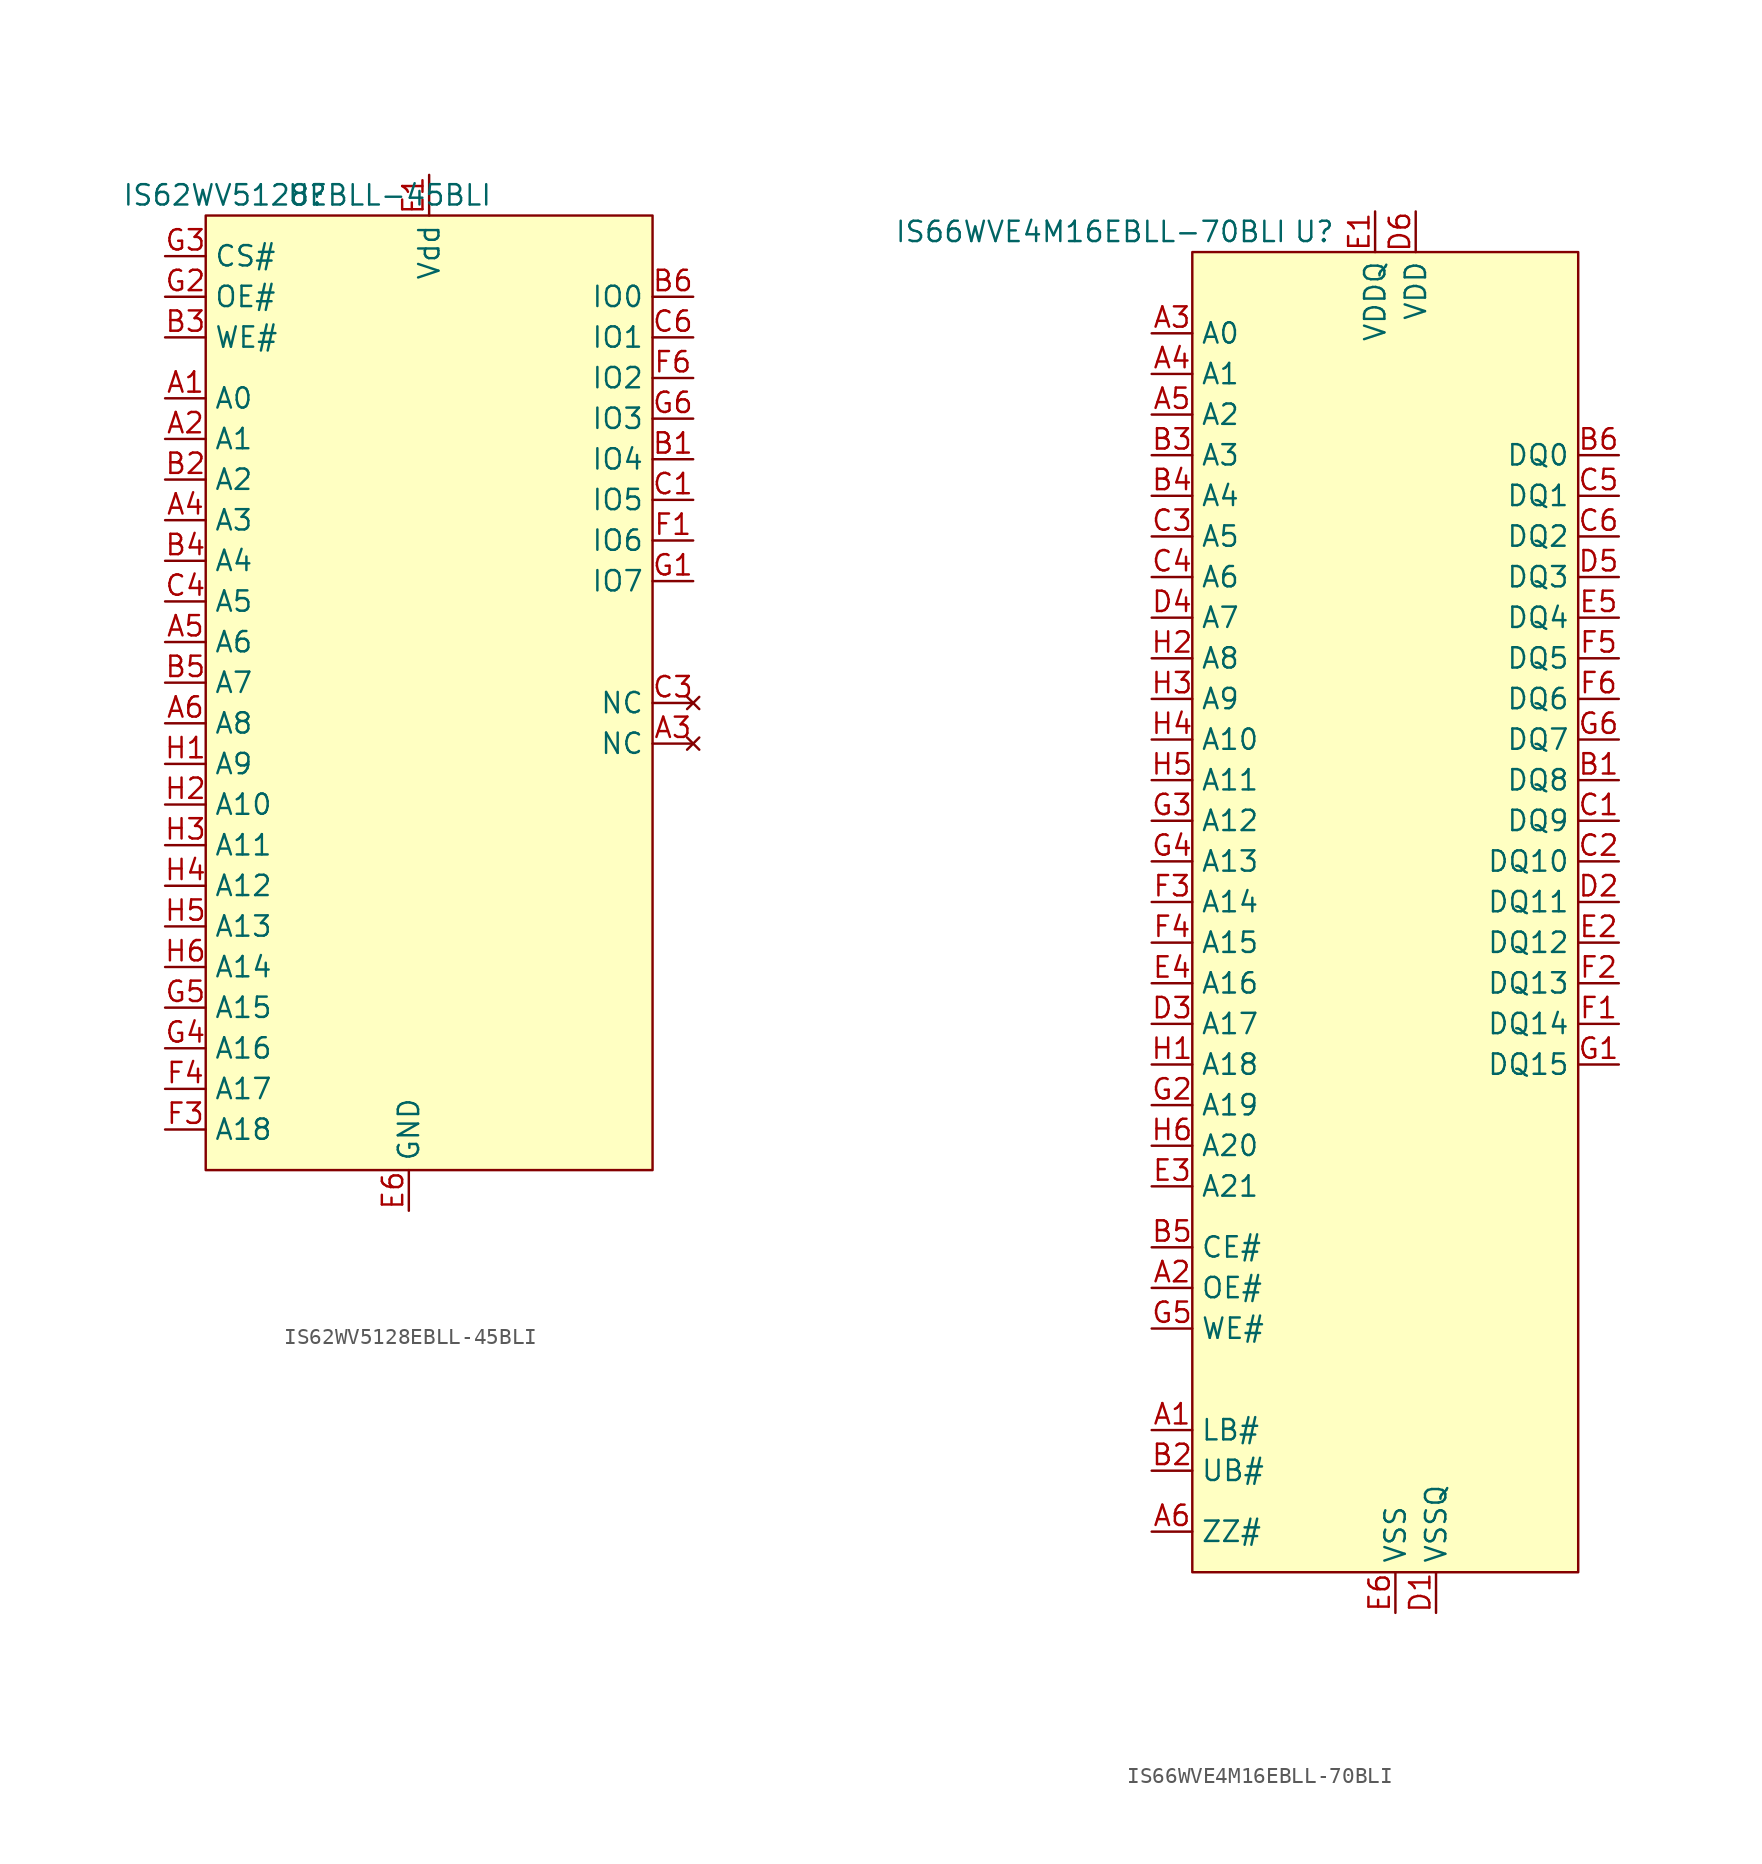
<source format=kicad_sym>
(kicad_symbol_lib
  (version 20220914)
  (generator kicad_symbol_editor)
  (symbol "IS62WV5128EBLL-45BLI"
    (property "Reference" "U"
      (at 0 0 0)
      (effects (font (size 1.27 1.27))))
    (property "Value" "IS62WV5128EBLL-45BLI"
      (at 0 0 0)
      (effects (font (size 1.27 1.27))))
    (symbol "IS62WV5128EBLL-45BLI_1_0"
      (pin no_connect line (at 24.13 -34.29 180) (length 2.54) (name "NC" (effects (font (size 1.27 1.27)))) (number "A3" (effects (font (size 1.27 1.27)))))
      (pin no_connect line (at 24.13 -31.75 180) (length 2.54) (name "NC" (effects (font (size 1.27 1.27)))) (number "C3" (effects (font (size 1.27 1.27))))))
    (symbol "IS62WV5128EBLL-45BLI_1_1"
      (rectangle (start -6.35 -1.27) (end 21.59 -60.96) (stroke (width 0) (type default)) (fill (type background)))
      (pin input line (at -8.89 -12.7 0) (length 2.54) (name "A0" (effects (font (size 1.27 1.27)))) (number "A1" (effects (font (size 1.27 1.27)))))
      (pin input line (at -8.89 -15.24 0) (length 2.54) (name "A1" (effects (font (size 1.27 1.27)))) (number "A2" (effects (font (size 1.27 1.27)))))
      (pin input line (at -8.89 -20.32 0) (length 2.54) (name "A3" (effects (font (size 1.27 1.27)))) (number "A4" (effects (font (size 1.27 1.27)))))
      (pin input line (at -8.89 -27.94 0) (length 2.54) (name "A6" (effects (font (size 1.27 1.27)))) (number "A5" (effects (font (size 1.27 1.27)))))
      (pin input line (at -8.89 -33.02 0) (length 2.54) (name "A8" (effects (font (size 1.27 1.27)))) (number "A6" (effects (font (size 1.27 1.27)))))
      (pin bidirectional line (at 24.13 -16.51 180) (length 2.54) (name "IO4" (effects (font (size 1.27 1.27)))) (number "B1" (effects (font (size 1.27 1.27)))))
      (pin input line (at -8.89 -17.78 0) (length 2.54) (name "A2" (effects (font (size 1.27 1.27)))) (number "B2" (effects (font (size 1.27 1.27)))))
      (pin input line (at -8.89 -8.89 0) (length 2.54) (name "WE#" (effects (font (size 1.27 1.27)))) (number "B3" (effects (font (size 1.27 1.27)))))
      (pin input line (at -8.89 -22.86 0) (length 2.54) (name "A4" (effects (font (size 1.27 1.27)))) (number "B4" (effects (font (size 1.27 1.27)))))
      (pin input line (at -8.89 -30.48 0) (length 2.54) (name "A7" (effects (font (size 1.27 1.27)))) (number "B5" (effects (font (size 1.27 1.27)))))
      (pin bidirectional line (at 24.13 -6.35 180) (length 2.54) (name "IO0" (effects (font (size 1.27 1.27)))) (number "B6" (effects (font (size 1.27 1.27)))))
      (pin bidirectional line (at 24.13 -19.05 180) (length 2.54) (name "IO5" (effects (font (size 1.27 1.27)))) (number "C1" (effects (font (size 1.27 1.27)))))
      (pin input line (at -8.89 -25.4 0) (length 2.54) (name "A5" (effects (font (size 1.27 1.27)))) (number "C4" (effects (font (size 1.27 1.27)))))
      (pin bidirectional line (at 24.13 -8.89 180) (length 2.54) (name "IO1" (effects (font (size 1.27 1.27)))) (number "C6" (effects (font (size 1.27 1.27)))))
      (pin passive line (at 6.35 -63.5 90) (length 2.54) hide (name "GND" (effects (font (size 1.27 1.27)))) (number "D1" (effects (font (size 1.27 1.27)))))
      (pin passive line (at 7.62 1.27 270) (length 2.54) hide (name "Vdd" (effects (font (size 1.27 1.27)))) (number "D6" (effects (font (size 1.27 1.27)))))
      (pin power_in line (at 7.62 1.27 270) (length 2.54) (name "Vdd" (effects (font (size 1.27 1.27)))) (number "E1" (effects (font (size 1.27 1.27)))))
      (pin power_in line (at 6.35 -63.5 90) (length 2.54) (name "GND" (effects (font (size 1.27 1.27)))) (number "E6" (effects (font (size 1.27 1.27)))))
      (pin bidirectional line (at 24.13 -21.59 180) (length 2.54) (name "IO6" (effects (font (size 1.27 1.27)))) (number "F1" (effects (font (size 1.27 1.27)))))
      (pin input line (at -8.89 -58.42 0) (length 2.54) (name "A18" (effects (font (size 1.27 1.27)))) (number "F3" (effects (font (size 1.27 1.27)))))
      (pin input line (at -8.89 -55.88 0) (length 2.54) (name "A17" (effects (font (size 1.27 1.27)))) (number "F4" (effects (font (size 1.27 1.27)))))
      (pin bidirectional line (at 24.13 -11.43 180) (length 2.54) (name "IO2" (effects (font (size 1.27 1.27)))) (number "F6" (effects (font (size 1.27 1.27)))))
      (pin bidirectional line (at 24.13 -24.13 180) (length 2.54) (name "IO7" (effects (font (size 1.27 1.27)))) (number "G1" (effects (font (size 1.27 1.27)))))
      (pin input line (at -8.89 -6.35 0) (length 2.54) (name "OE#" (effects (font (size 1.27 1.27)))) (number "G2" (effects (font (size 1.27 1.27)))))
      (pin input line (at -8.89 -3.81 0) (length 2.54) (name "CS#" (effects (font (size 1.27 1.27)))) (number "G3" (effects (font (size 1.27 1.27)))))
      (pin input line (at -8.89 -53.34 0) (length 2.54) (name "A16" (effects (font (size 1.27 1.27)))) (number "G4" (effects (font (size 1.27 1.27)))))
      (pin input line (at -8.89 -50.8 0) (length 2.54) (name "A15" (effects (font (size 1.27 1.27)))) (number "G5" (effects (font (size 1.27 1.27)))))
      (pin bidirectional line (at 24.13 -13.97 180) (length 2.54) (name "IO3" (effects (font (size 1.27 1.27)))) (number "G6" (effects (font (size 1.27 1.27)))))
      (pin input line (at -8.89 -35.56 0) (length 2.54) (name "A9" (effects (font (size 1.27 1.27)))) (number "H1" (effects (font (size 1.27 1.27)))))
      (pin input line (at -8.89 -38.1 0) (length 2.54) (name "A10" (effects (font (size 1.27 1.27)))) (number "H2" (effects (font (size 1.27 1.27)))))
      (pin input line (at -8.89 -40.64 0) (length 2.54) (name "A11" (effects (font (size 1.27 1.27)))) (number "H3" (effects (font (size 1.27 1.27)))))
      (pin input line (at -8.89 -43.18 0) (length 2.54) (name "A12" (effects (font (size 1.27 1.27)))) (number "H4" (effects (font (size 1.27 1.27)))))
      (pin input line (at -8.89 -45.72 0) (length 2.54) (name "A13" (effects (font (size 1.27 1.27)))) (number "H5" (effects (font (size 1.27 1.27)))))
      (pin input line (at -8.89 -48.26 0) (length 2.54) (name "A14" (effects (font (size 1.27 1.27)))) (number "H6" (effects (font (size 1.27 1.27)))))))
  (symbol "IS66WVE4M16EBLL-70BLI"
    (property "Reference" "U"
      (at -2.54 44.45 0)
      (effects (font (size 1.27 1.27))))
    (property "Value" "IS66WVE4M16EBLL-70BLI"
      (at -16.51 44.45 0)
      (effects (font (size 1.27 1.27))))
    (symbol "IS66WVE4M16EBLL-70BLI_0_0"
      (pin input line (at -12.7 -30.48 0) (length 2.54) (name "LB#" (effects (font (size 1.27 1.27)))) (number "A1" (effects (font (size 1.27 1.27)))))
      (pin input line (at -12.7 -21.59 0) (length 2.54) (name "OE#" (effects (font (size 1.27 1.27)))) (number "A2" (effects (font (size 1.27 1.27)))))
      (pin input line (at -12.7 38.1 0) (length 2.54) (name "A0" (effects (font (size 1.27 1.27)))) (number "A3" (effects (font (size 1.27 1.27)))))
      (pin input line (at -12.7 35.56 0) (length 2.54) (name "A1" (effects (font (size 1.27 1.27)))) (number "A4" (effects (font (size 1.27 1.27)))))
      (pin input line (at -12.7 33.02 0) (length 2.54) (name "A2" (effects (font (size 1.27 1.27)))) (number "A5" (effects (font (size 1.27 1.27)))))
      (pin input line (at -12.7 -36.83 0) (length 2.54) (name "ZZ#" (effects (font (size 1.27 1.27)))) (number "A6" (effects (font (size 1.27 1.27)))))
      (pin bidirectional line (at 16.51 10.16 180) (length 2.54) (name "DQ8" (effects (font (size 1.27 1.27)))) (number "B1" (effects (font (size 1.27 1.27)))))
      (pin input line (at -12.7 -33.02 0) (length 2.54) (name "UB#" (effects (font (size 1.27 1.27)))) (number "B2" (effects (font (size 1.27 1.27)))))
      (pin input line (at -12.7 30.48 0) (length 2.54) (name "A3" (effects (font (size 1.27 1.27)))) (number "B3" (effects (font (size 1.27 1.27)))))
      (pin input line (at -12.7 27.94 0) (length 2.54) (name "A4" (effects (font (size 1.27 1.27)))) (number "B4" (effects (font (size 1.27 1.27)))))
      (pin input line (at -12.7 -19.05 0) (length 2.54) (name "CE#" (effects (font (size 1.27 1.27)))) (number "B5" (effects (font (size 1.27 1.27)))))
      (pin bidirectional line (at 16.51 30.48 180) (length 2.54) (name "DQ0" (effects (font (size 1.27 1.27)))) (number "B6" (effects (font (size 1.27 1.27)))))
      (pin bidirectional line (at 16.51 7.62 180) (length 2.54) (name "DQ9" (effects (font (size 1.27 1.27)))) (number "C1" (effects (font (size 1.27 1.27)))))
      (pin bidirectional line (at 16.51 5.08 180) (length 2.54) (name "DQ10" (effects (font (size 1.27 1.27)))) (number "C2" (effects (font (size 1.27 1.27)))))
      (pin input line (at -12.7 25.4 0) (length 2.54) (name "A5" (effects (font (size 1.27 1.27)))) (number "C3" (effects (font (size 1.27 1.27)))))
      (pin input line (at -12.7 22.86 0) (length 2.54) (name "A6" (effects (font (size 1.27 1.27)))) (number "C4" (effects (font (size 1.27 1.27)))))
      (pin bidirectional line (at 16.51 27.94 180) (length 2.54) (name "DQ1" (effects (font (size 1.27 1.27)))) (number "C5" (effects (font (size 1.27 1.27)))))
      (pin bidirectional line (at 16.51 25.4 180) (length 2.54) (name "DQ2" (effects (font (size 1.27 1.27)))) (number "C6" (effects (font (size 1.27 1.27)))))
      (pin power_in line (at 5.08 -41.91 90) (length 2.54) (name "VSSQ" (effects (font (size 1.27 1.27)))) (number "D1" (effects (font (size 1.27 1.27)))))
      (pin bidirectional line (at 16.51 2.54 180) (length 2.54) (name "DQ11" (effects (font (size 1.27 1.27)))) (number "D2" (effects (font (size 1.27 1.27)))))
      (pin input line (at -12.7 -5.08 0) (length 2.54) (name "A17" (effects (font (size 1.27 1.27)))) (number "D3" (effects (font (size 1.27 1.27)))))
      (pin input line (at -12.7 20.32 0) (length 2.54) (name "A7" (effects (font (size 1.27 1.27)))) (number "D4" (effects (font (size 1.27 1.27)))))
      (pin bidirectional line (at 16.51 22.86 180) (length 2.54) (name "DQ3" (effects (font (size 1.27 1.27)))) (number "D5" (effects (font (size 1.27 1.27)))))
      (pin power_in line (at 3.81 45.72 270) (length 2.54) (name "VDD" (effects (font (size 1.27 1.27)))) (number "D6" (effects (font (size 1.27 1.27)))))
      (pin power_in line (at 1.27 45.72 270) (length 2.54) (name "VDDQ" (effects (font (size 1.27 1.27)))) (number "E1" (effects (font (size 1.27 1.27)))))
      (pin bidirectional line (at 16.51 0 180) (length 2.54) (name "DQ12" (effects (font (size 1.27 1.27)))) (number "E2" (effects (font (size 1.27 1.27)))))
      (pin input line (at -12.7 -15.24 0) (length 2.54) (name "A21" (effects (font (size 1.27 1.27)))) (number "E3" (effects (font (size 1.27 1.27)))))
      (pin input line (at -12.7 -2.54 0) (length 2.54) (name "A16" (effects (font (size 1.27 1.27)))) (number "E4" (effects (font (size 1.27 1.27)))))
      (pin bidirectional line (at 16.51 20.32 180) (length 2.54) (name "DQ4" (effects (font (size 1.27 1.27)))) (number "E5" (effects (font (size 1.27 1.27)))))
      (pin power_in line (at 2.54 -41.91 90) (length 2.54) (name "VSS" (effects (font (size 1.27 1.27)))) (number "E6" (effects (font (size 1.27 1.27)))))
      (pin bidirectional line (at 16.51 -5.08 180) (length 2.54) (name "DQ14" (effects (font (size 1.27 1.27)))) (number "F1" (effects (font (size 1.27 1.27)))))
      (pin bidirectional line (at 16.51 -2.54 180) (length 2.54) (name "DQ13" (effects (font (size 1.27 1.27)))) (number "F2" (effects (font (size 1.27 1.27)))))
      (pin input line (at -12.7 2.54 0) (length 2.54) (name "A14" (effects (font (size 1.27 1.27)))) (number "F3" (effects (font (size 1.27 1.27)))))
      (pin input line (at -12.7 0 0) (length 2.54) (name "A15" (effects (font (size 1.27 1.27)))) (number "F4" (effects (font (size 1.27 1.27)))))
      (pin bidirectional line (at 16.51 17.78 180) (length 2.54) (name "DQ5" (effects (font (size 1.27 1.27)))) (number "F5" (effects (font (size 1.27 1.27)))))
      (pin bidirectional line (at 16.51 15.24 180) (length 2.54) (name "DQ6" (effects (font (size 1.27 1.27)))) (number "F6" (effects (font (size 1.27 1.27)))))
      (pin bidirectional line (at 16.51 -7.62 180) (length 2.54) (name "DQ15" (effects (font (size 1.27 1.27)))) (number "G1" (effects (font (size 1.27 1.27)))))
      (pin input line (at -12.7 -10.16 0) (length 2.54) (name "A19" (effects (font (size 1.27 1.27)))) (number "G2" (effects (font (size 1.27 1.27)))))
      (pin input line (at -12.7 7.62 0) (length 2.54) (name "A12" (effects (font (size 1.27 1.27)))) (number "G3" (effects (font (size 1.27 1.27)))))
      (pin input line (at -12.7 5.08 0) (length 2.54) (name "A13" (effects (font (size 1.27 1.27)))) (number "G4" (effects (font (size 1.27 1.27)))))
      (pin input line (at -12.7 -24.13 0) (length 2.54) (name "WE#" (effects (font (size 1.27 1.27)))) (number "G5" (effects (font (size 1.27 1.27)))))
      (pin bidirectional line (at 16.51 12.7 180) (length 2.54) (name "DQ7" (effects (font (size 1.27 1.27)))) (number "G6" (effects (font (size 1.27 1.27)))))
      (pin input line (at -12.7 -7.62 0) (length 2.54) (name "A18" (effects (font (size 1.27 1.27)))) (number "H1" (effects (font (size 1.27 1.27)))))
      (pin input line (at -12.7 17.78 0) (length 2.54) (name "A8" (effects (font (size 1.27 1.27)))) (number "H2" (effects (font (size 1.27 1.27)))))
      (pin input line (at -12.7 15.24 0) (length 2.54) (name "A9" (effects (font (size 1.27 1.27)))) (number "H3" (effects (font (size 1.27 1.27)))))
      (pin input line (at -12.7 12.7 0) (length 2.54) (name "A10" (effects (font (size 1.27 1.27)))) (number "H4" (effects (font (size 1.27 1.27)))))
      (pin input line (at -12.7 10.16 0) (length 2.54) (name "A11" (effects (font (size 1.27 1.27)))) (number "H5" (effects (font (size 1.27 1.27)))))
      (pin input line (at -12.7 -12.7 0) (length 2.54) (name "A20" (effects (font (size 1.27 1.27)))) (number "H6" (effects (font (size 1.27 1.27))))))
    (symbol "IS66WVE4M16EBLL-70BLI_1_1"
      (rectangle (start -10.16 43.18) (end 13.97 -39.37) (stroke (width 0) (type default)) (fill (type background))))))
</source>
